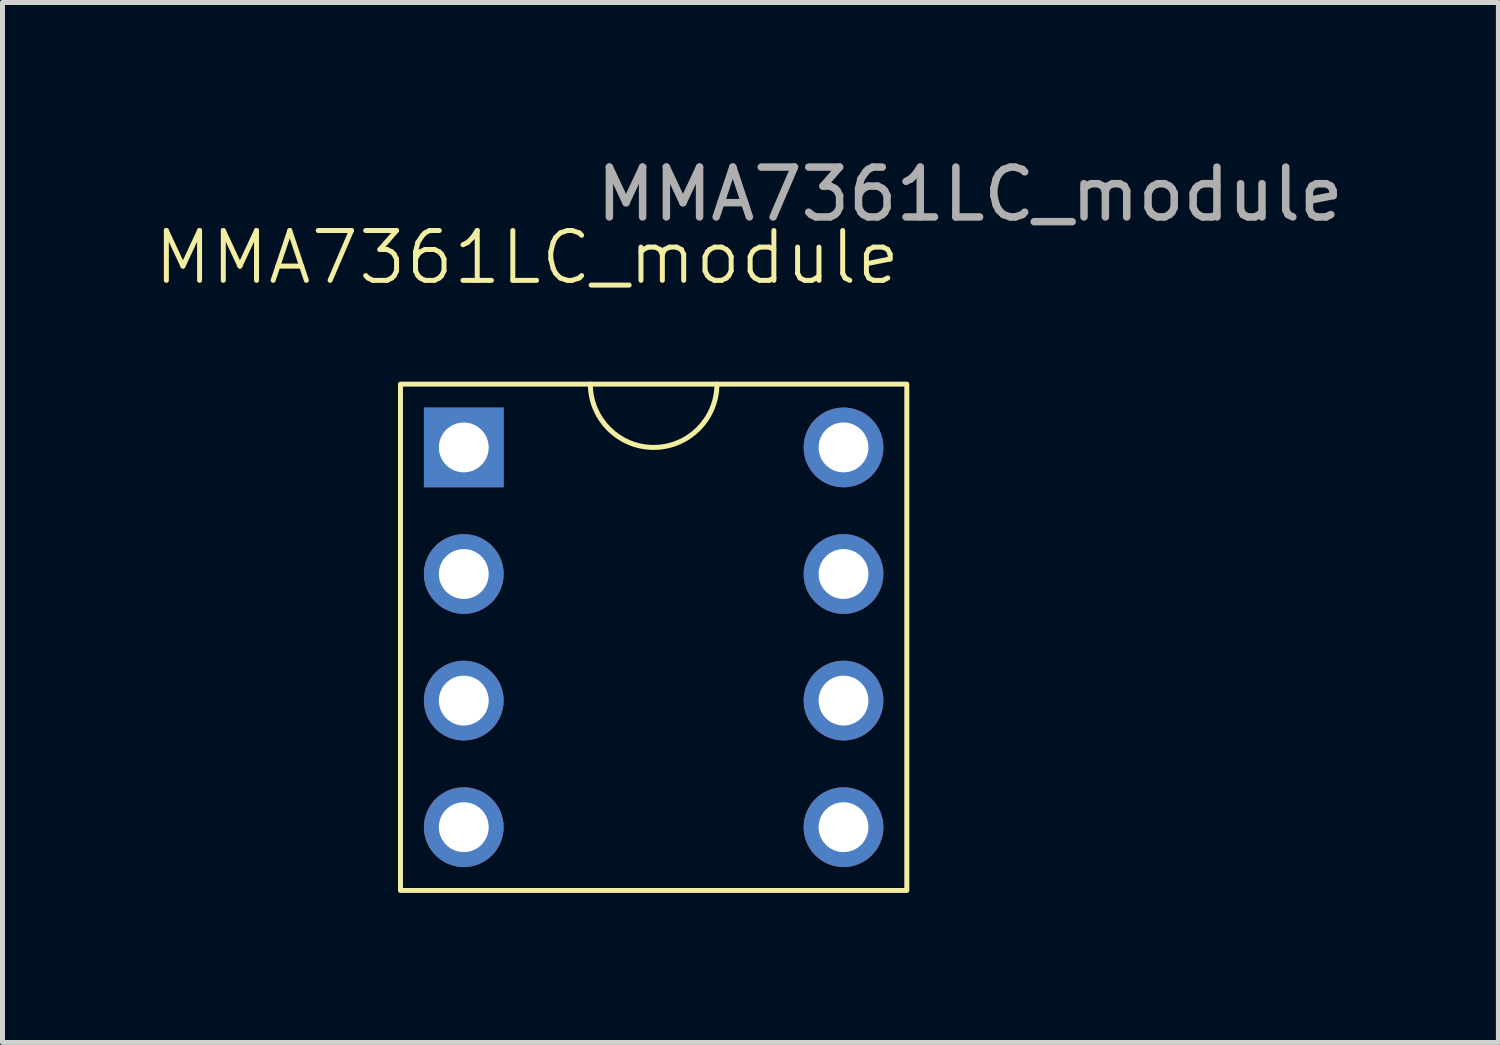
<source format=kicad_pcb>
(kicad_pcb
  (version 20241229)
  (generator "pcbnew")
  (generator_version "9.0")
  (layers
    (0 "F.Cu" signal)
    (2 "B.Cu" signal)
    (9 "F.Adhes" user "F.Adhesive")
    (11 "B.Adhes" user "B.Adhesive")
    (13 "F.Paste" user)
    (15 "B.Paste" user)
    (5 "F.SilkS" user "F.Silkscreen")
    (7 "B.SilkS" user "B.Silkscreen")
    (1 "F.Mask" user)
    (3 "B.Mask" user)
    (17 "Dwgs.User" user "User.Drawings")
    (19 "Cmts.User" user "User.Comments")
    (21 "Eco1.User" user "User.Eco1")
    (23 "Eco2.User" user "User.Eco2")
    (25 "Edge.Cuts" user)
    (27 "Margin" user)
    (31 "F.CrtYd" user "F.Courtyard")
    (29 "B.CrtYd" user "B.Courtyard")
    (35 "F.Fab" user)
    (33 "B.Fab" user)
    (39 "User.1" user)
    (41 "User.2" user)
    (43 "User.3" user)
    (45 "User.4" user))
  (footprint "MMA7361LC_module"
    (layer "F.Cu")
    (at 10.066 9.738)
    (property "Reference" "MMA7361LC_module" (at -2.54 -7.62 0) (unlocked yes) (layer "F.SilkS") (effects (font (size 1 1) (thickness 0.1))))
    (attr smd)
    (fp_rect (start -5.08 -5.08) (end 5.08 5.08) (stroke (width 0.1) (type default)) (fill no) (layer "F.SilkS"))
    (fp_arc (start 1.27 -5.08) (mid 0 -3.81) (end -1.27 -5.08) (stroke (width 0.1) (type default)) (layer "F.SilkS"))
    (fp_text user "${REFERENCE}" (at 6.35 -8.89 0) (unlocked yes) (layer "F.Fab") (effects (font (size 1 1) (thickness 0.15))))
    (pad "1" thru_hole rect (at -3.81 -3.81) (size 1.6 1.6) (drill 1) (layers "*.Cu" "*.Mask"))
    (pad "2" thru_hole circle (at -3.81 -1.27) (size 1.6 1.6) (drill 1) (layers "*.Cu" "*.Mask"))
    (pad "3" thru_hole circle (at -3.81 1.27) (size 1.6 1.6) (drill 1) (layers "*.Cu" "*.Mask"))
    (pad "4" thru_hole circle (at -3.81 3.81) (size 1.6 1.6) (drill 1) (layers "*.Cu" "*.Mask"))
    (pad "5" thru_hole circle (at 3.81 3.81) (size 1.6 1.6) (drill 1) (layers "*.Cu" "*.Mask"))
    (pad "6" thru_hole circle (at 3.81 1.27) (size 1.6 1.6) (drill 1) (layers "*.Cu" "*.Mask"))
    (pad "7" thru_hole circle (at 3.81 -1.27) (size 1.6 1.6) (drill 1) (layers "*.Cu" "*.Mask"))
    (pad "8" thru_hole circle (at 3.81 -3.81) (size 1.6 1.6) (drill 1) (layers "*.Cu" "*.Mask")))
  (gr_rect
    (start -3 -3)
    (end 27.017 17.868)
    (stroke (width 0.1) (type default))
    (fill no)
    (layer "Edge.Cuts")))
</source>
